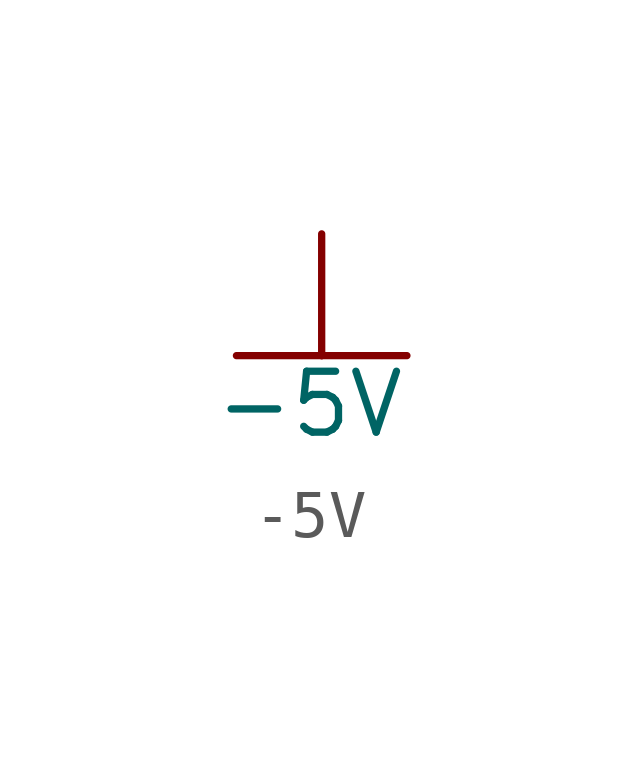
<source format=kicad_sym>
(kicad_symbol_lib
  (version 20220914)
  (generator kicad_symbol_editor)
  (symbol "-5V"
    (power)
    (pin_numbers hide)
    (pin_names
      (offset 0) hide)
    (property "Reference" "#PWR"
      (at 0 -7.112 0)
      (effects (font (size 1.27 1.27)) hide))
    (property "Value" "-5V"
      (at -0.254 -3.556 0)
      (effects (font (size 1.27 1.27))))
    (property "Footprint" ""
      (at 0 0 0)
      (effects (font (size 1.524 1.524))))
    (property "Datasheet" ""
      (at 0 0 0)
      (effects (font (size 1.524 1.524))))
    (symbol "-5V_0_1"
      (polyline (pts (xy -1.778 -2.54) (xy 0 -2.54)) (stroke (width 0) (type default)) (fill (type none)))
      (polyline (pts (xy 0 -2.54) (xy 0 0)) (stroke (width 0) (type default)) (fill (type none)))
      (polyline (pts (xy 0 -2.54) (xy 1.778 -2.54)) (stroke (width 0) (type default)) (fill (type none))))
    (symbol "-5V_1_1"
      (pin power_in line (at 0 0 270) (length 0) hide (name "-5V" (effects (font (size 1.27 1.27)))) (number "1" (effects (font (size 1.27 1.27))))))))
</source>
